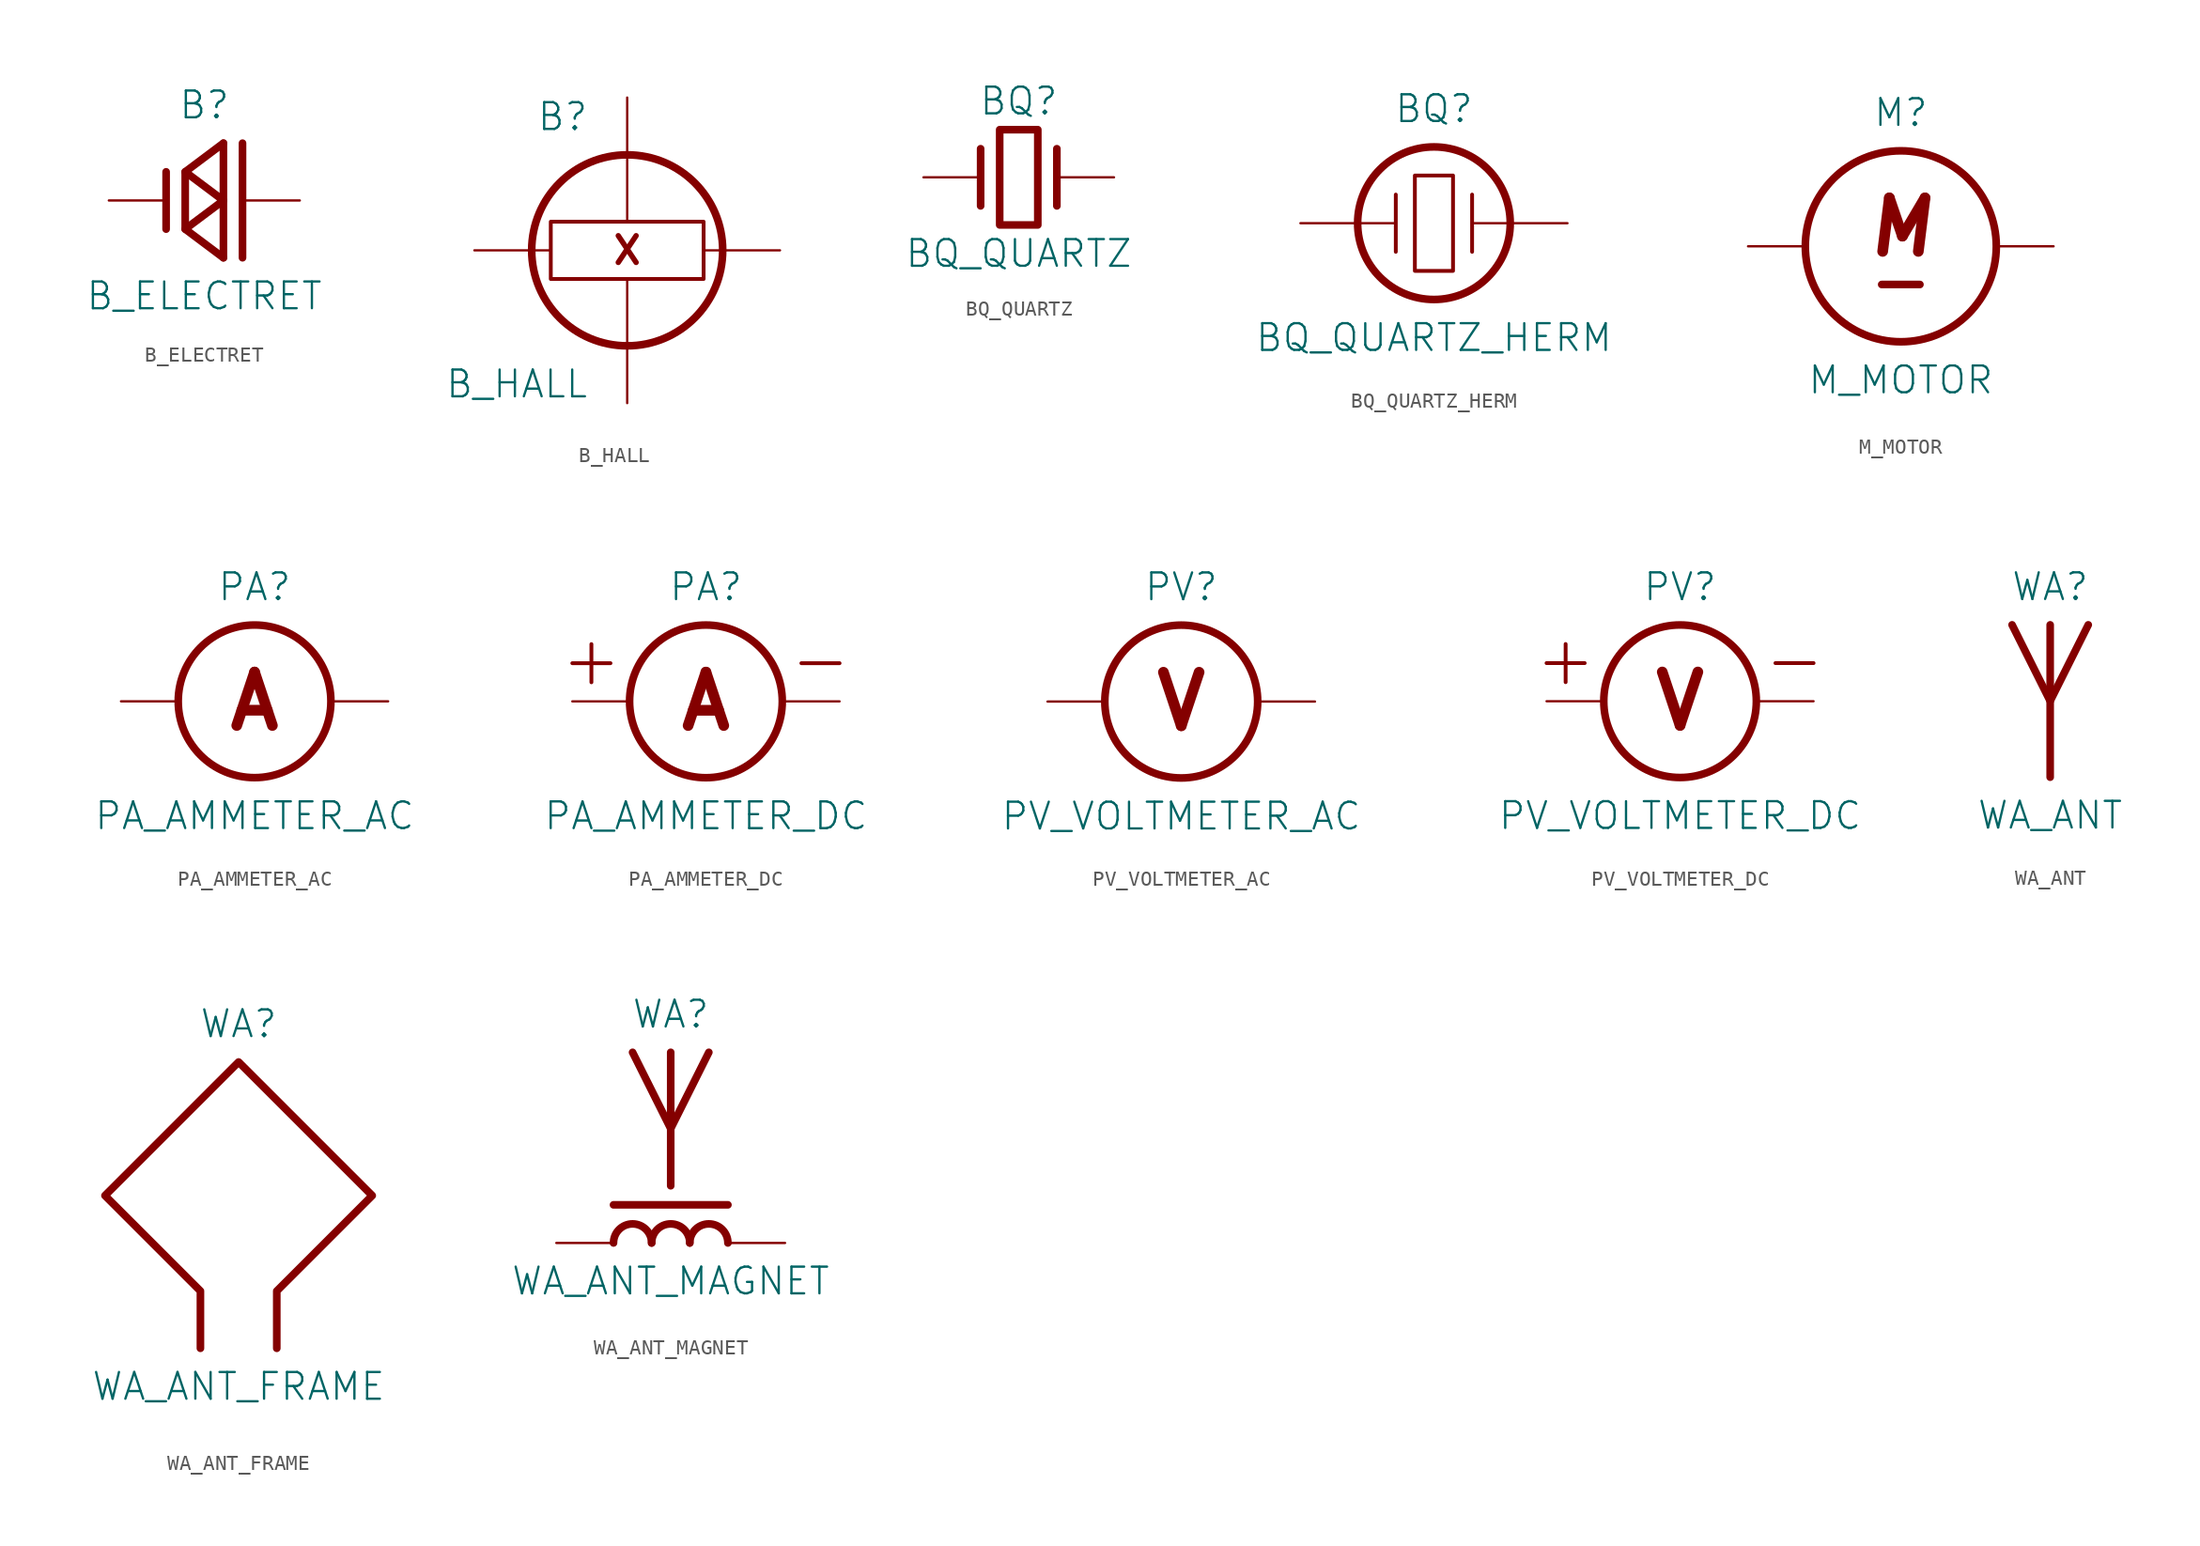
<source format=kicad_sym>
(kicad_symbol_lib
  (version 20211014)
  (generator kicad_symbol_editor)
  (symbol "B_ELECTRET"
    (pin_names
      (offset 0))
    (property "Reference" "B"
      (at 0 6.35 0)
      (effects (font (size 1.778 1.778))))
    (property "Value" "B_ELECTRET"
      (at 0 -6.35 0)
      (effects (font (size 1.778 1.778))))
    (symbol "B_ELECTRET_0_1"
      (polyline (pts (xy -6.35 0) (xy -2.54 0)) (stroke (width 0) (type default) (color 0 0 0 0)) (fill (type none)))
      (polyline (pts (xy -2.54 1.905) (xy -2.54 -1.905)) (stroke (width 0.508) (type default) (color 0 0 0 0)) (fill (type none)))
      (polyline (pts (xy -1.27 1.905) (xy -1.27 -1.905)) (stroke (width 0.508) (type default) (color 0 0 0 0)) (fill (type none)))
      (polyline (pts (xy 1.27 3.81) (xy 1.27 -3.81)) (stroke (width 0.508) (type default) (color 0 0 0 0)) (fill (type none)))
      (polyline (pts (xy 2.54 0) (xy 6.35 0)) (stroke (width 0) (type default) (color 0 0 0 0)) (fill (type none)))
      (polyline (pts (xy 2.54 3.81) (xy 2.54 -3.81)) (stroke (width 0.508) (type default) (color 0 0 0 0)) (fill (type none)))
      (polyline (pts (xy 1.27 3.81) (xy -1.27 1.905) (xy 1.27 0) (xy -1.27 -1.905) (xy 1.27 -3.81)) (stroke (width 0.508) (type default) (color 0 0 0 0)) (fill (type none))))
    (symbol "B_ELECTRET_1_1"
      (pin passive line (at -6.35 0 0) (length 2.54) hide (name "~" (effects (font (size 1.27 1.27)))) (number "1" (effects (font (size 1.27 1.27)))))
      (pin passive line (at 6.35 0 180) (length 2.54) hide (name "~" (effects (font (size 1.27 1.27)))) (number "2" (effects (font (size 1.27 1.27)))))))
  (symbol "B_HALL"
    (pin_names
      (offset 0))
    (property "Reference" "B"
      (at -2.54 8.89 0)
      (effects (font (size 1.778 1.778)) (justify right)))
    (property "Value" "B_HALL"
      (at -2.54 -8.89 0)
      (effects (font (size 1.778 1.778)) (justify right)))
    (symbol "B_HALL_0_0"
      (text "X" (at 0 0 0) (effects (font (size 1.778 1.778) bold))))
    (symbol "B_HALL_0_1"
      (rectangle (start -5.08 1.905) (end 5.08 -1.905) (stroke (width 0.254) (type default) (color 0 0 0 0)) (fill (type none)))
      (polyline (pts (xy -10.16 0) (xy -5.08 0)) (stroke (width 0) (type default) (color 0 0 0 0)) (fill (type none)))
      (polyline (pts (xy 0 -10.16) (xy 0 -1.905)) (stroke (width 0) (type default) (color 0 0 0 0)) (fill (type none)))
      (polyline (pts (xy 0 10.16) (xy 0 1.905)) (stroke (width 0) (type default) (color 0 0 0 0)) (fill (type none)))
      (polyline (pts (xy 5.08 0) (xy 10.16 0)) (stroke (width 0) (type default) (color 0 0 0 0)) (fill (type none)))
      (circle (center 0 0) (radius 6.35) (stroke (width 0.508) (type default) (color 0 0 0 0)) (fill (type none))))
    (symbol "B_HALL_1_1"
      (pin passive line (at -10.16 0 0) (length 2.54) hide (name "~" (effects (font (size 1.27 1.27)))) (number "1" (effects (font (size 1.27 1.27)))))
      (pin passive line (at 0 10.16 270) (length 2.54) hide (name "~" (effects (font (size 1.27 1.27)))) (number "2" (effects (font (size 1.27 1.27)))))
      (pin passive line (at 10.16 0 180) (length 2.54) hide (name "~" (effects (font (size 1.27 1.27)))) (number "3" (effects (font (size 1.27 1.27)))))
      (pin passive line (at 0 -10.16 90) (length 2.54) hide (name "~" (effects (font (size 1.27 1.27)))) (number "4" (effects (font (size 1.27 1.27)))))))
  (symbol "BQ_QUARTZ"
    (pin_names
      (offset 0))
    (property "Reference" "BQ"
      (at 0 5.08 0)
      (effects (font (size 1.778 1.778))))
    (property "Value" "BQ_QUARTZ"
      (at 0 -5.08 0)
      (effects (font (size 1.778 1.778))))
    (symbol "BQ_QUARTZ_0_1"
      (rectangle (start -1.27 3.175) (end 1.27 -3.175) (stroke (width 0.508) (type default) (color 0 0 0 0)) (fill (type none)))
      (polyline (pts (xy -6.35 0) (xy -2.54 0)) (stroke (width 0) (type default) (color 0 0 0 0)) (fill (type none)))
      (polyline (pts (xy -2.54 1.905) (xy -2.54 -1.905)) (stroke (width 0.508) (type default) (color 0 0 0 0)) (fill (type none)))
      (polyline (pts (xy 2.54 0) (xy 6.35 0)) (stroke (width 0) (type default) (color 0 0 0 0)) (fill (type none)))
      (polyline (pts (xy 2.54 1.905) (xy 2.54 -1.905)) (stroke (width 0.508) (type default) (color 0 0 0 0)) (fill (type none))))
    (symbol "BQ_QUARTZ_1_1"
      (pin passive line (at -6.35 0 0) (length 2.54) hide (name "~" (effects (font (size 1.27 1.27)))) (number "1" (effects (font (size 1.27 1.27)))))
      (pin passive line (at 6.35 0 180) (length 2.54) hide (name "~" (effects (font (size 1.27 1.27)))) (number "2" (effects (font (size 1.27 1.27)))))))
  (symbol "BQ_QUARTZ_HERM"
    (pin_names
      (offset 0))
    (property "Reference" "BQ"
      (at 0 7.62 0)
      (effects (font (size 1.778 1.778))))
    (property "Value" "BQ_QUARTZ_HERM"
      (at 0 -7.62 0)
      (effects (font (size 1.778 1.778))))
    (symbol "BQ_QUARTZ_HERM_0_1"
      (rectangle (start -1.27 3.175) (end 1.27 -3.175) (stroke (width 0.254) (type default) (color 0 0 0 0)) (fill (type none)))
      (polyline (pts (xy -8.89 0) (xy -2.54 0)) (stroke (width 0) (type default) (color 0 0 0 0)) (fill (type none)))
      (polyline (pts (xy -2.54 1.905) (xy -2.54 -1.905)) (stroke (width 0.254) (type default) (color 0 0 0 0)) (fill (type none)))
      (polyline (pts (xy 2.54 0) (xy 8.89 0)) (stroke (width 0) (type default) (color 0 0 0 0)) (fill (type none)))
      (polyline (pts (xy 2.54 1.905) (xy 2.54 -1.905)) (stroke (width 0.254) (type default) (color 0 0 0 0)) (fill (type none)))
      (circle (center 0 0) (radius 5.08) (stroke (width 0.508) (type default) (color 0 0 0 0)) (fill (type none))))
    (symbol "BQ_QUARTZ_HERM_1_1"
      (pin passive line (at -8.89 0 0) (length 2.54) hide (name "~" (effects (font (size 1.27 1.27)))) (number "1" (effects (font (size 1.27 1.27)))))
      (pin passive line (at 8.89 0 180) (length 2.54) hide (name "~" (effects (font (size 1.27 1.27)))) (number "2" (effects (font (size 1.27 1.27)))))))
  (symbol "M_MOTOR"
    (pin_names
      (offset 0))
    (property "Reference" "M"
      (at 0 8.89 0)
      (effects (font (size 1.778 1.778))))
    (property "Value" "M_MOTOR"
      (at 0 -8.89 0)
      (effects (font (size 1.778 1.778))))
    (symbol "M_MOTOR_0_0"
      (polyline (pts (xy -1.27 -2.54) (xy 1.27 -2.54)) (stroke (width 0.508) (type default) (color 0 0 0 0)) (fill (type none)))
      (text "M" (at 0 1.27 0) (effects (font (size 3.556 3.556) bold italic))))
    (symbol "M_MOTOR_0_1"
      (polyline (pts (xy -10.16 0) (xy -6.35 0)) (stroke (width 0) (type default) (color 0 0 0 0)) (fill (type none)))
      (polyline (pts (xy 6.35 0) (xy 10.16 0)) (stroke (width 0) (type default) (color 0 0 0 0)) (fill (type none)))
      (circle (center 0 0) (radius 6.35) (stroke (width 0.508) (type default) (color 0 0 0 0)) (fill (type none))))
    (symbol "M_MOTOR_1_1"
      (pin passive line (at -10.16 0 0) (length 2.54) hide (name "~" (effects (font (size 1.27 1.27)))) (number "1" (effects (font (size 1.27 1.27)))))
      (pin passive line (at 10.16 0 180) (length 2.54) hide (name "~" (effects (font (size 1.27 1.27)))) (number "2" (effects (font (size 1.27 1.27)))))))
  (symbol "PA_AMMETER_AC"
    (pin_names
      (offset 0))
    (property "Reference" "PA"
      (at 0 7.62 0)
      (effects (font (size 1.778 1.778))))
    (property "Value" "PA_AMMETER_AC"
      (at 0 -7.62 0)
      (effects (font (size 1.778 1.778))))
    (symbol "PA_AMMETER_AC_0_0"
      (text "A" (at 0 0 0) (effects (font (size 3.556 3.556) bold))))
    (symbol "PA_AMMETER_AC_0_1"
      (polyline (pts (xy -8.89 0) (xy -5.08 0)) (stroke (width 0) (type default) (color 0 0 0 0)) (fill (type none)))
      (polyline (pts (xy 5.08 0) (xy 8.89 0)) (stroke (width 0) (type default) (color 0 0 0 0)) (fill (type none)))
      (circle (center 0 0) (radius 5.08) (stroke (width 0.508) (type default) (color 0 0 0 0)) (fill (type none))))
    (symbol "PA_AMMETER_AC_1_1"
      (pin passive line (at -8.89 0 0) (length 2.54) hide (name "~" (effects (font (size 1.27 1.27)))) (number "1" (effects (font (size 1.27 1.27)))))
      (pin passive line (at 8.89 0 180) (length 2.54) hide (name "~" (effects (font (size 1.27 1.27)))) (number "2" (effects (font (size 1.27 1.27)))))))
  (symbol "PA_AMMETER_DC"
    (pin_names
      (offset 0))
    (property "Reference" "PA"
      (at 0 7.62 0)
      (effects (font (size 1.778 1.778))))
    (property "Value" "PA_AMMETER_DC"
      (at 0 -7.62 0)
      (effects (font (size 1.778 1.778))))
    (symbol "PA_AMMETER_DC_0_0"
      (text "A" (at 0 0 0) (effects (font (size 3.556 3.556) bold))))
    (symbol "PA_AMMETER_DC_0_1"
      (polyline (pts (xy -8.89 0) (xy -5.08 0)) (stroke (width 0) (type default) (color 0 0 0 0)) (fill (type none)))
      (polyline (pts (xy -8.89 2.54) (xy -6.35 2.54)) (stroke (width 0.254) (type default) (color 0 0 0 0)) (fill (type none)))
      (polyline (pts (xy -7.62 3.81) (xy -7.62 1.27)) (stroke (width 0.254) (type default) (color 0 0 0 0)) (fill (type none)))
      (polyline (pts (xy 5.08 0) (xy 8.89 0)) (stroke (width 0) (type default) (color 0 0 0 0)) (fill (type none)))
      (polyline (pts (xy 6.35 2.54) (xy 8.89 2.54)) (stroke (width 0.254) (type default) (color 0 0 0 0)) (fill (type none)))
      (circle (center 0 0) (radius 5.08) (stroke (width 0.508) (type default) (color 0 0 0 0)) (fill (type none))))
    (symbol "PA_AMMETER_DC_1_1"
      (pin passive line (at -8.89 0 0) (length 2.54) hide (name "+" (effects (font (size 1.27 1.27)))) (number "1" (effects (font (size 1.27 1.27)))))
      (pin passive line (at 8.89 0 180) (length 2.54) hide (name "-" (effects (font (size 1.27 1.27)))) (number "2" (effects (font (size 1.27 1.27)))))))
  (symbol "PV_VOLTMETER_AC"
    (pin_names
      (offset 0))
    (property "Reference" "PV"
      (at 0 7.62 0)
      (effects (font (size 1.778 1.778))))
    (property "Value" "PV_VOLTMETER_AC"
      (at 0 -7.62 0)
      (effects (font (size 1.778 1.778))))
    (symbol "PV_VOLTMETER_AC_0_0"
      (text "V" (at 0 0 0) (effects (font (size 3.556 3.556) bold))))
    (symbol "PV_VOLTMETER_AC_0_1"
      (polyline (pts (xy -8.89 0) (xy -5.08 0)) (stroke (width 0) (type default) (color 0 0 0 0)) (fill (type none)))
      (polyline (pts (xy 5.08 0) (xy 8.89 0)) (stroke (width 0) (type default) (color 0 0 0 0)) (fill (type none)))
      (circle (center 0 0) (radius 5.08) (stroke (width 0.508) (type default) (color 0 0 0 0)) (fill (type none))))
    (symbol "PV_VOLTMETER_AC_1_1"
      (pin passive line (at -8.89 0 0) (length 2.54) hide (name "~" (effects (font (size 1.27 1.27)))) (number "1" (effects (font (size 1.27 1.27)))))
      (pin passive line (at 8.89 0 180) (length 2.54) hide (name "~" (effects (font (size 1.27 1.27)))) (number "2" (effects (font (size 1.27 1.27)))))))
  (symbol "PV_VOLTMETER_DC"
    (pin_names
      (offset 0))
    (property "Reference" "PV"
      (at 0 7.62 0)
      (effects (font (size 1.778 1.778))))
    (property "Value" "PV_VOLTMETER_DC"
      (at 0 -7.62 0)
      (effects (font (size 1.778 1.778))))
    (symbol "PV_VOLTMETER_DC_0_0"
      (text "V" (at 0 0 0) (effects (font (size 3.556 3.556) bold))))
    (symbol "PV_VOLTMETER_DC_0_1"
      (polyline (pts (xy -8.89 0) (xy -5.08 0)) (stroke (width 0) (type default) (color 0 0 0 0)) (fill (type none)))
      (polyline (pts (xy -8.89 2.54) (xy -6.35 2.54)) (stroke (width 0.254) (type default) (color 0 0 0 0)) (fill (type none)))
      (polyline (pts (xy -7.62 3.81) (xy -7.62 1.27)) (stroke (width 0.254) (type default) (color 0 0 0 0)) (fill (type none)))
      (polyline (pts (xy 5.08 0) (xy 8.89 0)) (stroke (width 0) (type default) (color 0 0 0 0)) (fill (type none)))
      (polyline (pts (xy 6.35 2.54) (xy 8.89 2.54)) (stroke (width 0.254) (type default) (color 0 0 0 0)) (fill (type none)))
      (circle (center 0 0) (radius 5.08) (stroke (width 0.508) (type default) (color 0 0 0 0)) (fill (type none))))
    (symbol "PV_VOLTMETER_DC_1_1"
      (pin passive line (at -8.89 0 0) (length 2.54) hide (name "+" (effects (font (size 1.27 1.27)))) (number "1" (effects (font (size 1.27 1.27)))))
      (pin passive line (at 8.89 0 180) (length 2.54) hide (name "-" (effects (font (size 1.27 1.27)))) (number "2" (effects (font (size 1.27 1.27)))))))
  (symbol "WA_ANT"
    (pin_names
      (offset 0))
    (property "Reference" "WA"
      (at 0 7.62 0)
      (effects (font (size 1.778 1.778))))
    (property "Value" "WA_ANT"
      (at 0 -7.62 0)
      (effects (font (size 1.778 1.778))))
    (symbol "WA_ANT_0_1"
      (polyline (pts (xy 0 -5.08) (xy 0 5.08)) (stroke (width 0.508) (type default) (color 0 0 0 0)) (fill (type none)))
      (polyline (pts (xy -2.54 5.08) (xy 0 0) (xy 2.54 5.08)) (stroke (width 0.508) (type default) (color 0 0 0 0)) (fill (type none))))
    (symbol "WA_ANT_1_1"
      (pin passive line (at 0 -5.08 90) (length 2.54) hide (name "~" (effects (font (size 1.27 1.27)))) (number "1" (effects (font (size 1.27 1.27)))))))
  (symbol "WA_ANT_FRAME"
    (pin_names
      (offset 0))
    (property "Reference" "WA"
      (at 0 11.43 0)
      (effects (font (size 1.778 1.778))))
    (property "Value" "WA_ANT_FRAME"
      (at 0 -12.7 0)
      (effects (font (size 1.778 1.778))))
    (symbol "WA_ANT_FRAME_0_1"
      (polyline (pts (xy -2.54 -10.16) (xy -2.54 -6.35) (xy -8.89 0) (xy 0 8.89) (xy 8.89 0) (xy 2.54 -6.35) (xy 2.54 -10.16)) (stroke (width 0.508) (type default) (color 0 0 0 0)) (fill (type none))))
    (symbol "WA_ANT_FRAME_1_1"
      (pin passive line (at -2.54 -10.16 90) (length 2.54) hide (name "~" (effects (font (size 1.27 1.27)))) (number "1" (effects (font (size 1.27 1.27)))))
      (pin passive line (at 2.54 -10.16 90) (length 2.54) hide (name "~" (effects (font (size 1.27 1.27)))) (number "2" (effects (font (size 1.27 1.27)))))))
  (symbol "WA_ANT_MAGNET"
    (pin_names
      (offset 0))
    (property "Reference" "WA"
      (at 0 8.89 0)
      (effects (font (size 1.778 1.778))))
    (property "Value" "WA_ANT_MAGNET"
      (at 0 -8.89 0)
      (effects (font (size 1.778 1.778))))
    (symbol "WA_ANT_MAGNET_0_1"
      (arc (start -1.27 -6.35) (mid -2.54 -5.08) (end -3.81 -6.35) (stroke (width 0.508) (type default) (color 0 0 0 0)) (fill (type none)))
      (polyline (pts (xy -3.81 -6.35) (xy -7.62 -6.35)) (stroke (width 0) (type default) (color 0 0 0 0)) (fill (type none)))
      (polyline (pts (xy -3.81 -3.81) (xy 3.81 -3.81)) (stroke (width 0.508) (type default) (color 0 0 0 0)) (fill (type none)))
      (polyline (pts (xy 0 -2.54) (xy 0 6.35)) (stroke (width 0.508) (type default) (color 0 0 0 0)) (fill (type none)))
      (polyline (pts (xy 3.81 -6.35) (xy 7.62 -6.35)) (stroke (width 0) (type default) (color 0 0 0 0)) (fill (type none)))
      (polyline (pts (xy -2.54 6.35) (xy 0 1.27) (xy 2.54 6.35)) (stroke (width 0.508) (type default) (color 0 0 0 0)) (fill (type none)))
      (arc (start 1.27 -6.35) (mid 0 -5.08) (end -1.27 -6.35) (stroke (width 0.508) (type default) (color 0 0 0 0)) (fill (type none)))
      (arc (start 3.81 -6.35) (mid 2.54 -5.08) (end 1.27 -6.35) (stroke (width 0.508) (type default) (color 0 0 0 0)) (fill (type none))))
    (symbol "WA_ANT_MAGNET_1_1"
      (pin passive line (at -7.62 -6.35 0) (length 2.54) hide (name "~" (effects (font (size 1.27 1.27)))) (number "1" (effects (font (size 1.27 1.27)))))
      (pin passive line (at 7.62 -6.35 180) (length 2.54) hide (name "~" (effects (font (size 1.27 1.27)))) (number "2" (effects (font (size 1.27 1.27))))))))
</source>
